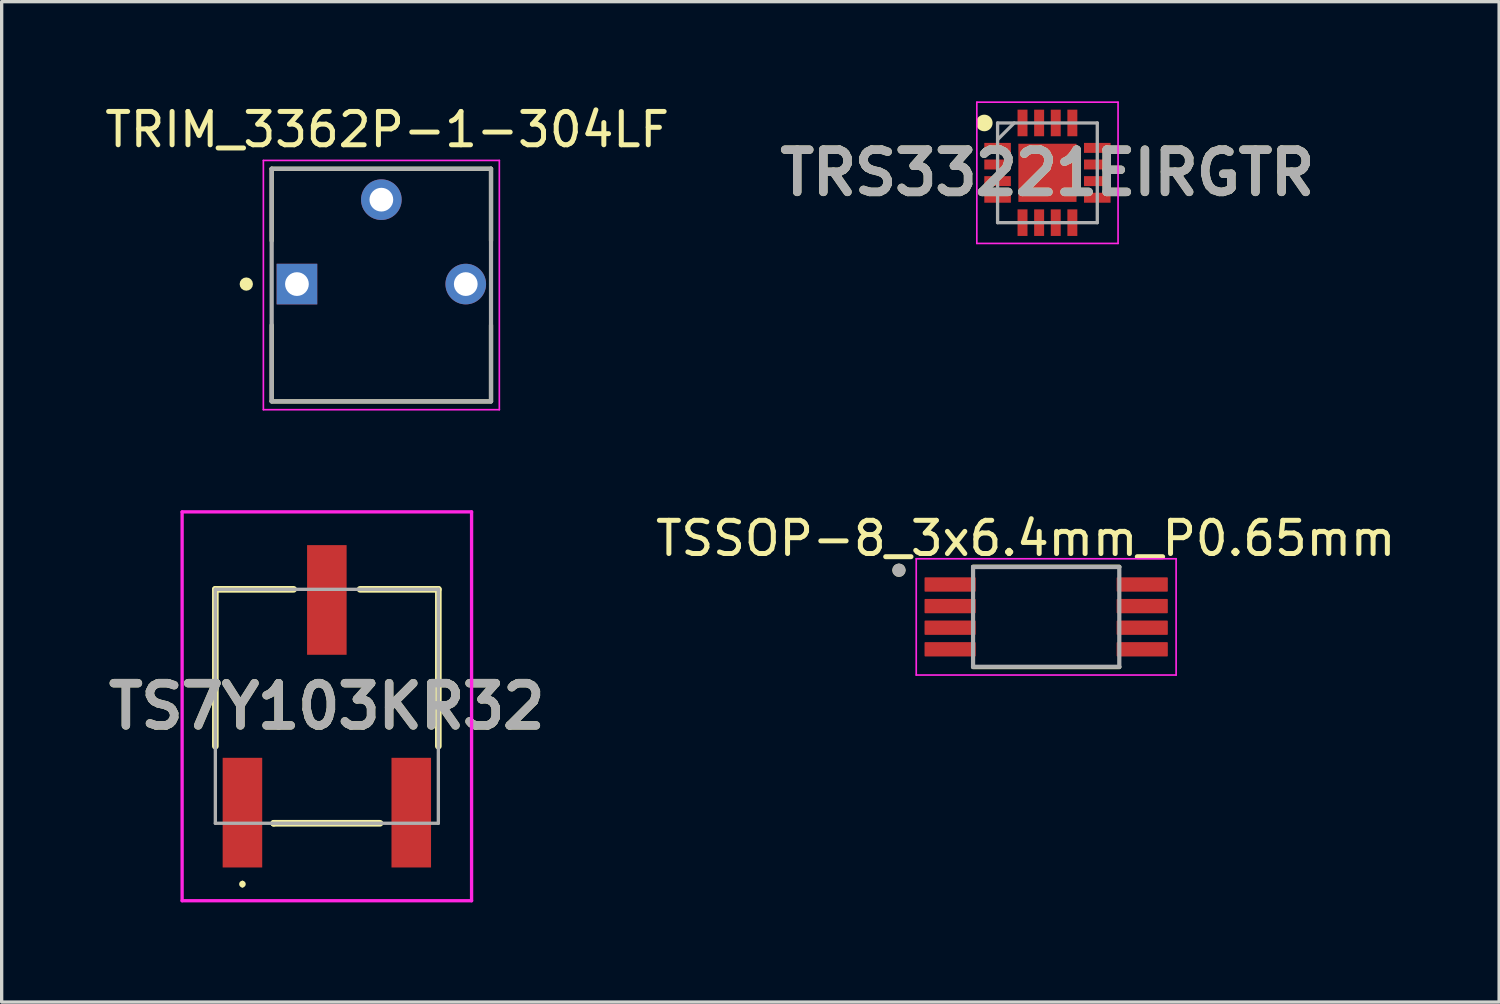
<source format=kicad_pcb>
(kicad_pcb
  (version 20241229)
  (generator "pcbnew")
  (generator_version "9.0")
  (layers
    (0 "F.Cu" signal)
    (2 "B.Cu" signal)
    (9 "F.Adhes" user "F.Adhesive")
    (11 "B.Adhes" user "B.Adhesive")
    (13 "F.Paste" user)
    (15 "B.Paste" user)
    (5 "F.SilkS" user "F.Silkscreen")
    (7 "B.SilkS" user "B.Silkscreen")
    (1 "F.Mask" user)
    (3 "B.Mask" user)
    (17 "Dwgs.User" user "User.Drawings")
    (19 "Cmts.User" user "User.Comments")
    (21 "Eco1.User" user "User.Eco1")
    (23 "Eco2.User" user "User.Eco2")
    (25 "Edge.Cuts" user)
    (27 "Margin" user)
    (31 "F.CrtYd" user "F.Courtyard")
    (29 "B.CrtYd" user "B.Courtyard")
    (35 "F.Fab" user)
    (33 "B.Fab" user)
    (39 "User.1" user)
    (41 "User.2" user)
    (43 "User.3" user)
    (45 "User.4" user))
  (footprint "TRIM_3362P-1-304LF"
    (layer "F.Cu")
    (at 8.425 5.498)
    (property "Reference" "TRIM_3362P-1-304LF" (at 0.175 -4.648 0) (layer "F.SilkS") (effects (font (size 1.003 1.003) (thickness 0.15))))
    (attr through_hole)
    (fp_line (start -3.3 -3.47) (end 3.3 -3.47) (stroke (width 0.127) (type solid)) (layer "F.SilkS"))
    (fp_line (start -3.3 -1.305) (end -3.3 -3.47) (stroke (width 0.127) (type solid)) (layer "F.SilkS"))
    (fp_line (start -3.3 3.52) (end -3.3 1.235) (stroke (width 0.127) (type solid)) (layer "F.SilkS"))
    (fp_line (start 3.3 -3.47) (end 3.3 -1.305) (stroke (width 0.127) (type solid)) (layer "F.SilkS"))
    (fp_line (start 3.3 1.235) (end 3.3 3.52) (stroke (width 0.127) (type solid)) (layer "F.SilkS"))
    (fp_line (start 3.3 3.53) (end -3.3 3.53) (stroke (width 0.127) (type solid)) (layer "F.SilkS"))
    (fp_circle (center -4.064 0) (end -3.964 0) (stroke (width 0.2) (type solid)) (fill no) (layer "F.SilkS"))
    (fp_line (start -3.55 -3.72) (end 3.55 -3.72) (stroke (width 0.05) (type solid)) (layer "F.CrtYd"))
    (fp_line (start -3.55 3.78) (end -3.55 -3.72) (stroke (width 0.05) (type solid)) (layer "F.CrtYd"))
    (fp_line (start 3.55 -3.72) (end 3.55 3.78) (stroke (width 0.05) (type solid)) (layer "F.CrtYd"))
    (fp_line (start 3.55 3.78) (end -3.55 3.78) (stroke (width 0.05) (type solid)) (layer "F.CrtYd"))
    (fp_line (start -3.3 -3.47) (end 3.3 -3.47) (stroke (width 0.127) (type solid)) (layer "F.Fab"))
    (fp_line (start -3.3 3.53) (end -3.3 -3.47) (stroke (width 0.127) (type solid)) (layer "F.Fab"))
    (fp_line (start 3.3 -3.47) (end 3.3 3.53) (stroke (width 0.127) (type solid)) (layer "F.Fab"))
    (fp_line (start 3.3 3.53) (end -3.3 3.53) (stroke (width 0.127) (type solid)) (layer "F.Fab"))
    (pad "1" thru_hole rect (at -2.54 0) (size 1.222 1.222) (drill 0.714) (layers "*.Cu" "*.Mask"))
    (pad "2" thru_hole circle (at 0 -2.54) (size 1.222 1.222) (drill 0.714) (layers "*.Cu" "*.Mask"))
    (pad "3" thru_hole circle (at 2.54 0) (size 1.222 1.222) (drill 0.714) (layers "*.Cu" "*.Mask")))
  (footprint "TRS33221EIRGTR"
    (layer "F.Cu")
    (at 28.468 2.15)
    (property "Reference" "TRS33221EIRGTR" (at 0 0 0) (layer "F.SilkS") (effects (font (size 1.27 1.27) (thickness 0.254))))
    (attr smd)
    (fp_circle (center -1.9 -1.5) (end -1.9 -1.375) (stroke (width 0.25) (type solid)) (fill no) (layer "F.SilkS"))
    (fp_line (start -2.125 -2.125) (end 2.125 -2.125) (stroke (width 0.05) (type solid)) (layer "F.CrtYd"))
    (fp_line (start -2.125 2.125) (end -2.125 -2.125) (stroke (width 0.05) (type solid)) (layer "F.CrtYd"))
    (fp_line (start 2.125 -2.125) (end 2.125 2.125) (stroke (width 0.05) (type solid)) (layer "F.CrtYd"))
    (fp_line (start 2.125 2.125) (end -2.125 2.125) (stroke (width 0.05) (type solid)) (layer "F.CrtYd"))
    (fp_line (start -1.5 -1.5) (end 1.5 -1.5) (stroke (width 0.1) (type solid)) (layer "F.Fab"))
    (fp_line (start -1.5 -1) (end -1 -1.5) (stroke (width 0.1) (type solid)) (layer "F.Fab"))
    (fp_line (start -1.5 1.5) (end -1.5 -1.5) (stroke (width 0.1) (type solid)) (layer "F.Fab"))
    (fp_line (start 1.5 -1.5) (end 1.5 1.5) (stroke (width 0.1) (type solid)) (layer "F.Fab"))
    (fp_line (start 1.5 1.5) (end -1.5 1.5) (stroke (width 0.1) (type solid)) (layer "F.Fab"))
    (fp_text user "${REFERENCE}" (at 0 0 0) (layer "F.Fab") (effects (font (size 1.27 1.27) (thickness 0.254))))
    (pad "1" smd rect (at -1.5 -0.75 90) (size 0.3 0.8) (layers "F.Cu" "F.Mask" "F.Paste"))
    (pad "2" smd rect (at -1.5 -0.25 90) (size 0.3 0.8) (layers "F.Cu" "F.Mask" "F.Paste"))
    (pad "3" smd rect (at -1.5 0.25 90) (size 0.3 0.8) (layers "F.Cu" "F.Mask" "F.Paste"))
    (pad "4" smd rect (at -1.5 0.75 90) (size 0.3 0.8) (layers "F.Cu" "F.Mask" "F.Paste"))
    (pad "5" smd rect (at -0.75 1.5) (size 0.3 0.8) (layers "F.Cu" "F.Mask" "F.Paste"))
    (pad "6" smd rect (at -0.25 1.5) (size 0.3 0.8) (layers "F.Cu" "F.Mask" "F.Paste"))
    (pad "7" smd rect (at 0.25 1.5) (size 0.3 0.8) (layers "F.Cu" "F.Mask" "F.Paste"))
    (pad "8" smd rect (at 0.75 1.5) (size 0.3 0.8) (layers "F.Cu" "F.Mask" "F.Paste"))
    (pad "9" smd rect (at 1.5 0.75 90) (size 0.3 0.8) (layers "F.Cu" "F.Mask" "F.Paste"))
    (pad "10" smd rect (at 1.5 0.25 90) (size 0.3 0.8) (layers "F.Cu" "F.Mask" "F.Paste"))
    (pad "11" smd rect (at 1.5 -0.25 90) (size 0.3 0.8) (layers "F.Cu" "F.Mask" "F.Paste"))
    (pad "12" smd rect (at 1.5 -0.75 90) (size 0.3 0.8) (layers "F.Cu" "F.Mask" "F.Paste"))
    (pad "13" smd rect (at 0.75 -1.5) (size 0.3 0.8) (layers "F.Cu" "F.Mask" "F.Paste"))
    (pad "14" smd rect (at 0.25 -1.5) (size 0.3 0.8) (layers "F.Cu" "F.Mask" "F.Paste"))
    (pad "15" smd rect (at -0.25 -1.5) (size 0.3 0.8) (layers "F.Cu" "F.Mask" "F.Paste"))
    (pad "16" smd rect (at -0.75 -1.5) (size 0.3 0.8) (layers "F.Cu" "F.Mask" "F.Paste"))
    (pad "17" smd rect (at 0 0) (size 1.75 1.75) (layers "F.Cu" "F.Mask" "F.Paste")))
  (footprint "TS7Y103KR32"
    (layer "F.Cu")
    (at 6.785 18.203)
    (property "Reference" "TS7Y103KR32" (at 0 0 0) (layer "F.SilkS") (effects (font (size 1.27 1.27) (thickness 0.254))))
    (attr smd)
    (fp_line (start -3.355 -3.52) (end -3.355 1.2) (stroke (width 0.2) (type solid)) (layer "F.SilkS"))
    (fp_line (start -2.54 5.3) (end -2.54 5.3) (stroke (width 0.1) (type solid)) (layer "F.SilkS"))
    (fp_line (start -2.54 5.4) (end -2.54 5.4) (stroke (width 0.1) (type solid)) (layer "F.SilkS"))
    (fp_line (start -1.6 3.52) (end -1.6 3.52) (stroke (width 0.2) (type solid)) (layer "F.SilkS"))
    (fp_line (start -1.6 3.52) (end 1.6 3.52) (stroke (width 0.2) (type solid)) (layer "F.SilkS"))
    (fp_line (start -1 -3.52) (end -3.355 -3.52) (stroke (width 0.2) (type solid)) (layer "F.SilkS"))
    (fp_line (start 3.355 -3.52) (end 1 -3.52) (stroke (width 0.2) (type solid)) (layer "F.SilkS"))
    (fp_line (start 3.355 1.2) (end 3.355 -3.52) (stroke (width 0.2) (type solid)) (layer "F.SilkS"))
    (fp_arc (start -2.54 5.3) (mid -2.49 5.35) (end -2.54 5.4) (stroke (width 0.1) (type solid)) (layer "F.SilkS"))
    (fp_arc (start -2.54 5.4) (mid -2.59 5.35) (end -2.54 5.3) (stroke (width 0.1) (type solid)) (layer "F.SilkS"))
    (fp_line (start -4.355 -5.85) (end 4.355 -5.85) (stroke (width 0.1) (type solid)) (layer "F.CrtYd"))
    (fp_line (start -4.355 5.85) (end -4.355 -5.85) (stroke (width 0.1) (type solid)) (layer "F.CrtYd"))
    (fp_line (start 4.355 -5.85) (end 4.355 5.85) (stroke (width 0.1) (type solid)) (layer "F.CrtYd"))
    (fp_line (start 4.355 5.85) (end -4.355 5.85) (stroke (width 0.1) (type solid)) (layer "F.CrtYd"))
    (fp_line (start -3.355 -3.52) (end -3.355 3.52) (stroke (width 0.1) (type solid)) (layer "F.Fab"))
    (fp_line (start -3.355 3.52) (end 3.355 3.52) (stroke (width 0.1) (type solid)) (layer "F.Fab"))
    (fp_line (start 3.355 -3.52) (end -3.355 -3.52) (stroke (width 0.1) (type solid)) (layer "F.Fab"))
    (fp_line (start 3.355 3.52) (end 3.355 -3.52) (stroke (width 0.1) (type solid)) (layer "F.Fab"))
    (fp_text user "${REFERENCE}" (at 0 0 0) (layer "F.Fab") (effects (font (size 1.27 1.27) (thickness 0.254))))
    (pad "1" smd rect (at -2.54 3.2) (size 1.19 3.3) (layers "F.Cu" "F.Mask" "F.Paste"))
    (pad "2" smd rect (at 0 -3.2) (size 1.19 3.3) (layers "F.Cu" "F.Mask" "F.Paste"))
    (pad "3" smd rect (at 2.54 3.2) (size 1.19 3.3) (layers "F.Cu" "F.Mask" "F.Paste")))
  (footprint "TSSOP-8_3x6.4mm_P0.65mm"
    (layer "F.Cu")
    (at 28.43 15.513)
    (property "Reference" "TSSOP-8_3x6.4mm_P0.65mm" (at -0.615 -2.362 0) (layer "F.SilkS") (effects (font (size 1 1) (thickness 0.15))))
    (attr smd)
    (fp_line (start -2.2 -1.51) (end 2.2 -1.51) (stroke (width 0.127) (type solid)) (layer "F.SilkS"))
    (fp_line (start -2.2 1.51) (end 2.2 1.51) (stroke (width 0.127) (type solid)) (layer "F.SilkS"))
    (fp_circle (center -4.43 -1.405) (end -4.33 -1.405) (stroke (width 0.2) (type solid)) (fill no) (layer "F.SilkS"))
    (fp_line (start -3.91 -1.75) (end -3.91 1.75) (stroke (width 0.05) (type solid)) (layer "F.CrtYd"))
    (fp_line (start -3.91 -1.75) (end 3.91 -1.75) (stroke (width 0.05) (type solid)) (layer "F.CrtYd"))
    (fp_line (start -3.91 1.75) (end 3.91 1.75) (stroke (width 0.05) (type solid)) (layer "F.CrtYd"))
    (fp_line (start 3.91 -1.75) (end 3.91 1.75) (stroke (width 0.05) (type solid)) (layer "F.CrtYd"))
    (fp_line (start -2.2 -1.5) (end -2.2 1.5) (stroke (width 0.127) (type solid)) (layer "F.Fab"))
    (fp_line (start -2.2 -1.5) (end 2.2 -1.5) (stroke (width 0.127) (type solid)) (layer "F.Fab"))
    (fp_line (start -2.2 1.5) (end 2.2 1.5) (stroke (width 0.127) (type solid)) (layer "F.Fab"))
    (fp_line (start 2.2 -1.5) (end 2.2 1.5) (stroke (width 0.127) (type solid)) (layer "F.Fab"))
    (fp_circle (center -4.43 -1.405) (end -4.33 -1.405) (stroke (width 0.2) (type solid)) (fill no) (layer "F.Fab"))
    (pad "1" smd roundrect (at -2.89 -0.975) (size 1.54 0.43) (layers "F.Cu" "F.Mask" "F.Paste") (roundrect_rratio 0.05))
    (pad "2" smd roundrect (at -2.89 -0.325) (size 1.54 0.43) (layers "F.Cu" "F.Mask" "F.Paste") (roundrect_rratio 0.05))
    (pad "3" smd roundrect (at -2.89 0.325) (size 1.54 0.43) (layers "F.Cu" "F.Mask" "F.Paste") (roundrect_rratio 0.05))
    (pad "4" smd roundrect (at -2.89 0.975) (size 1.54 0.43) (layers "F.Cu" "F.Mask" "F.Paste") (roundrect_rratio 0.05))
    (pad "5" smd roundrect (at 2.89 0.975) (size 1.54 0.43) (layers "F.Cu" "F.Mask" "F.Paste") (roundrect_rratio 0.05))
    (pad "6" smd roundrect (at 2.89 0.325) (size 1.54 0.43) (layers "F.Cu" "F.Mask" "F.Paste") (roundrect_rratio 0.05))
    (pad "7" smd roundrect (at 2.89 -0.325) (size 1.54 0.43) (layers "F.Cu" "F.Mask" "F.Paste") (roundrect_rratio 0.05))
    (pad "8" smd roundrect (at 2.89 -0.975) (size 1.54 0.43) (layers "F.Cu" "F.Mask" "F.Paste") (roundrect_rratio 0.05)))
  (gr_rect
    (start -3 -3)
    (end 42.059 27.103)
    (stroke (width 0.1) (type default))
    (fill no)
    (layer "Edge.Cuts")))
</source>
